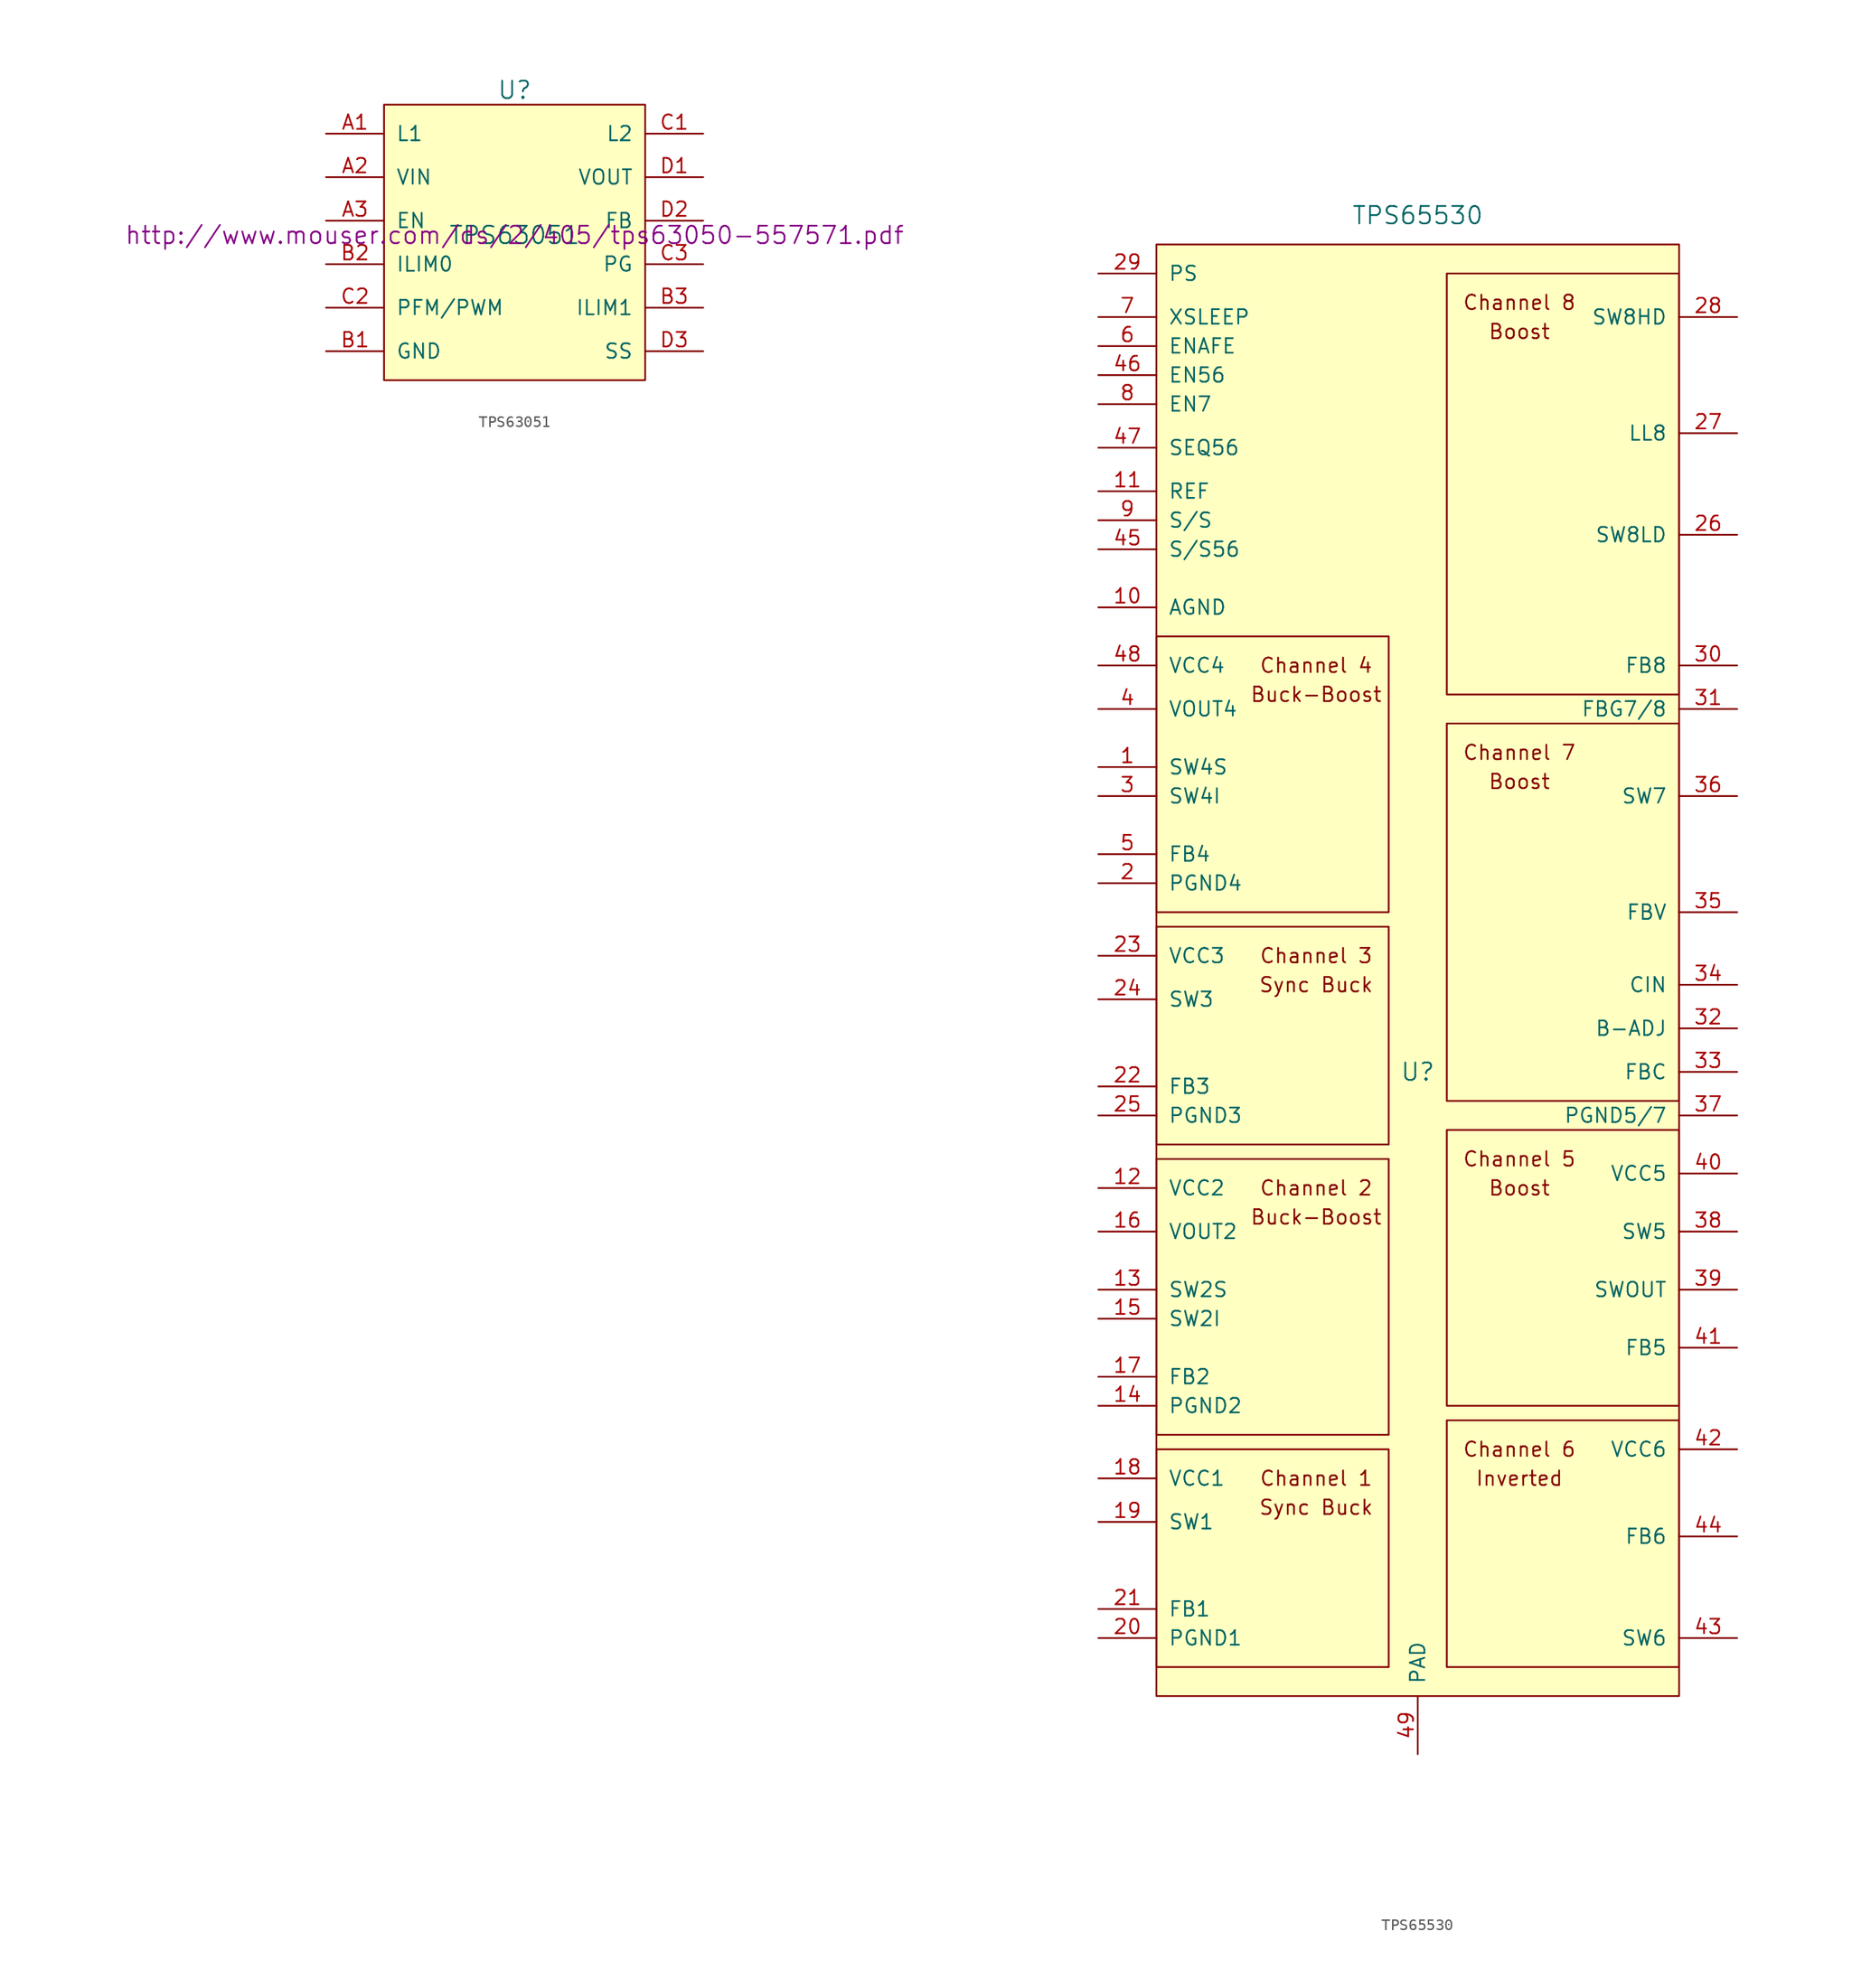
<source format=kicad_sym>
(kicad_symbol_lib
  (version 20231120)
  (generator "kicad_symbol_editor")
  (generator_version "8.0")
  (symbol "TPS63051"
    (pin_names
      (offset 1.016))
    (property "Reference" "U"
      (at 0 12.7 0)
      (effects (font (size 1.524 1.524))))
    (property "Value" "TPS63051"
      (at 0 0 0)
      (effects (font (size 1.524 1.524))))
    (property "Footprint" ""
      (at 0 0 0)
      (effects (font (size 1.524 1.524))))
    (property "Datasheet" "http://www.mouser.com/ds/2/405/tps63050-557571.pdf"
      (at 0 0 0)
      (effects (font (size 1.524 1.524))))
    (symbol "TPS63051_0_1"
      (rectangle (start 11.43 -12.7) (end -11.43 11.43) (stroke (width 0) (type default)) (fill (type background))))
    (symbol "TPS63051_1_1"
      (pin input line (at -16.51 8.89 0) (length 5.08) (name "L1" (effects (font (size 1.27 1.27)))) (number "A1" (effects (font (size 1.27 1.27)))))
      (pin input line (at -16.51 5.08 0) (length 5.08) (name "VIN" (effects (font (size 1.27 1.27)))) (number "A2" (effects (font (size 1.27 1.27)))))
      (pin input line (at -16.51 1.27 0) (length 5.08) (name "EN" (effects (font (size 1.27 1.27)))) (number "A3" (effects (font (size 1.27 1.27)))))
      (pin input line (at -16.51 -10.16 0) (length 5.08) (name "GND" (effects (font (size 1.27 1.27)))) (number "B1" (effects (font (size 1.27 1.27)))))
      (pin input line (at -16.51 -2.54 0) (length 5.08) (name "ILIM0" (effects (font (size 1.27 1.27)))) (number "B2" (effects (font (size 1.27 1.27)))))
      (pin input line (at 16.51 -6.35 180) (length 5.08) (name "ILIM1" (effects (font (size 1.27 1.27)))) (number "B3" (effects (font (size 1.27 1.27)))))
      (pin input line (at 16.51 8.89 180) (length 5.08) (name "L2" (effects (font (size 1.27 1.27)))) (number "C1" (effects (font (size 1.27 1.27)))))
      (pin input line (at -16.51 -6.35 0) (length 5.08) (name "PFM/PWM" (effects (font (size 1.27 1.27)))) (number "C2" (effects (font (size 1.27 1.27)))))
      (pin input line (at 16.51 -2.54 180) (length 5.08) (name "PG" (effects (font (size 1.27 1.27)))) (number "C3" (effects (font (size 1.27 1.27)))))
      (pin input line (at 16.51 5.08 180) (length 5.08) (name "VOUT" (effects (font (size 1.27 1.27)))) (number "D1" (effects (font (size 1.27 1.27)))))
      (pin input line (at 16.51 1.27 180) (length 5.08) (name "FB" (effects (font (size 1.27 1.27)))) (number "D2" (effects (font (size 1.27 1.27)))))
      (pin input line (at 16.51 -10.16 180) (length 5.08) (name "SS" (effects (font (size 1.27 1.27)))) (number "D3" (effects (font (size 1.27 1.27)))))))
  (symbol "TPS65530"
    (pin_names
      (offset 1.016))
    (property "Reference" "U"
      (at 0 -8.89 0)
      (effects (font (size 1.524 1.524))))
    (property "Value" "TPS65530"
      (at 0 66.04 0)
      (effects (font (size 1.524 1.524))))
    (property "Footprint" ""
      (at 0 0 0)
      (effects (font (size 1.524 1.524))))
    (property "Datasheet" ""
      (at 0 0 0)
      (effects (font (size 1.524 1.524))))
    (symbol "TPS65530_0_0"
      (rectangle (start -22.86 -60.96) (end -2.54 -41.91) (stroke (width 0) (type default)) (fill (type none)))
      (rectangle (start -22.86 -40.64) (end -2.54 -16.51) (stroke (width 0) (type default)) (fill (type none)))
      (rectangle (start -22.86 -15.24) (end -2.54 3.81) (stroke (width 0) (type default)) (fill (type none)))
      (rectangle (start -22.86 5.08) (end -2.54 29.21) (stroke (width 0) (type default)) (fill (type none)))
      (rectangle (start 22.86 -39.37) (end 2.54 -60.96) (stroke (width 0) (type default)) (fill (type none)))
      (rectangle (start 22.86 -13.97) (end 2.54 -38.1) (stroke (width 0) (type default)) (fill (type none)))
      (rectangle (start 22.86 21.59) (end 2.54 -11.43) (stroke (width 0) (type default)) (fill (type none)))
      (rectangle (start 22.86 60.96) (end 2.54 24.13) (stroke (width 0) (type default)) (fill (type none)))
      (text "Boost" (at 8.89 -19.05 0) (effects (font (size 1.27 1.27))))
      (text "Boost" (at 8.89 16.51 0) (effects (font (size 1.27 1.27))))
      (text "Boost" (at 8.89 55.88 0) (effects (font (size 1.27 1.27))))
      (text "Buck-Boost" (at -8.89 -21.59 0) (effects (font (size 1.27 1.27))))
      (text "Buck-Boost" (at -8.89 24.13 0) (effects (font (size 1.27 1.27))))
      (text "Channel 1" (at -8.89 -44.45 0) (effects (font (size 1.27 1.27))))
      (text "Channel 2" (at -8.89 -19.05 0) (effects (font (size 1.27 1.27))))
      (text "Channel 3" (at -8.89 1.27 0) (effects (font (size 1.27 1.27))))
      (text "Channel 4" (at -8.89 26.67 0) (effects (font (size 1.27 1.27))))
      (text "Channel 5" (at 8.89 -16.51 0) (effects (font (size 1.27 1.27))))
      (text "Channel 6" (at 8.89 -41.91 0) (effects (font (size 1.27 1.27))))
      (text "Channel 7" (at 8.89 19.05 0) (effects (font (size 1.27 1.27))))
      (text "Channel 8" (at 8.89 58.42 0) (effects (font (size 1.27 1.27))))
      (text "Inverted" (at 8.89 -44.45 0) (effects (font (size 1.27 1.27))))
      (text "Sync Buck" (at -8.89 -46.99 0) (effects (font (size 1.27 1.27))))
      (text "Sync Buck" (at -8.89 -1.27 0) (effects (font (size 1.27 1.27)))))
    (symbol "TPS65530_0_1"
      (rectangle (start 22.86 63.5) (end -22.86 -63.5) (stroke (width 0) (type default)) (fill (type background))))
    (symbol "TPS65530_1_1"
      (pin power_out line (at -27.94 17.78 0) (length 5.08) (name "SW4S" (effects (font (size 1.27 1.27)))) (number "1" (effects (font (size 1.27 1.27)))))
      (pin power_in line (at -27.94 31.75 0) (length 5.08) (name "AGND" (effects (font (size 1.27 1.27)))) (number "10" (effects (font (size 1.27 1.27)))))
      (pin power_out line (at -27.94 41.91 0) (length 5.08) (name "REF" (effects (font (size 1.27 1.27)))) (number "11" (effects (font (size 1.27 1.27)))))
      (pin power_in line (at -27.94 -19.05 0) (length 5.08) (name "VCC2" (effects (font (size 1.27 1.27)))) (number "12" (effects (font (size 1.27 1.27)))))
      (pin power_out line (at -27.94 -27.94 0) (length 5.08) (name "SW2S" (effects (font (size 1.27 1.27)))) (number "13" (effects (font (size 1.27 1.27)))))
      (pin power_in line (at -27.94 -38.1 0) (length 5.08) (name "PGND2" (effects (font (size 1.27 1.27)))) (number "14" (effects (font (size 1.27 1.27)))))
      (pin input line (at -27.94 -30.48 0) (length 5.08) (name "SW2I" (effects (font (size 1.27 1.27)))) (number "15" (effects (font (size 1.27 1.27)))))
      (pin power_out line (at -27.94 -22.86 0) (length 5.08) (name "VOUT2" (effects (font (size 1.27 1.27)))) (number "16" (effects (font (size 1.27 1.27)))))
      (pin input line (at -27.94 -35.56 0) (length 5.08) (name "FB2" (effects (font (size 1.27 1.27)))) (number "17" (effects (font (size 1.27 1.27)))))
      (pin power_in line (at -27.94 -44.45 0) (length 5.08) (name "VCC1" (effects (font (size 1.27 1.27)))) (number "18" (effects (font (size 1.27 1.27)))))
      (pin power_out line (at -27.94 -48.26 0) (length 5.08) (name "SW1" (effects (font (size 1.27 1.27)))) (number "19" (effects (font (size 1.27 1.27)))))
      (pin power_in line (at -27.94 7.62 0) (length 5.08) (name "PGND4" (effects (font (size 1.27 1.27)))) (number "2" (effects (font (size 1.27 1.27)))))
      (pin power_in line (at -27.94 -58.42 0) (length 5.08) (name "PGND1" (effects (font (size 1.27 1.27)))) (number "20" (effects (font (size 1.27 1.27)))))
      (pin input line (at -27.94 -55.88 0) (length 5.08) (name "FB1" (effects (font (size 1.27 1.27)))) (number "21" (effects (font (size 1.27 1.27)))))
      (pin input line (at -27.94 -10.16 0) (length 5.08) (name "FB3" (effects (font (size 1.27 1.27)))) (number "22" (effects (font (size 1.27 1.27)))))
      (pin power_in line (at -27.94 1.27 0) (length 5.08) (name "VCC3" (effects (font (size 1.27 1.27)))) (number "23" (effects (font (size 1.27 1.27)))))
      (pin power_out line (at -27.94 -2.54 0) (length 5.08) (name "SW3" (effects (font (size 1.27 1.27)))) (number "24" (effects (font (size 1.27 1.27)))))
      (pin power_in line (at -27.94 -12.7 0) (length 5.08) (name "PGND3" (effects (font (size 1.27 1.27)))) (number "25" (effects (font (size 1.27 1.27)))))
      (pin power_out line (at 27.94 38.1 180) (length 5.08) (name "SW8LD" (effects (font (size 1.27 1.27)))) (number "26" (effects (font (size 1.27 1.27)))))
      (pin output line (at 27.94 46.99 180) (length 5.08) (name "LL8" (effects (font (size 1.27 1.27)))) (number "27" (effects (font (size 1.27 1.27)))))
      (pin power_out line (at 27.94 57.15 180) (length 5.08) (name "SW8HD" (effects (font (size 1.27 1.27)))) (number "28" (effects (font (size 1.27 1.27)))))
      (pin input line (at -27.94 60.96 0) (length 5.08) (name "PS" (effects (font (size 1.27 1.27)))) (number "29" (effects (font (size 1.27 1.27)))))
      (pin input line (at -27.94 15.24 0) (length 5.08) (name "SW4I" (effects (font (size 1.27 1.27)))) (number "3" (effects (font (size 1.27 1.27)))))
      (pin input line (at 27.94 26.67 180) (length 5.08) (name "FB8" (effects (font (size 1.27 1.27)))) (number "30" (effects (font (size 1.27 1.27)))))
      (pin input line (at 27.94 22.86 180) (length 5.08) (name "FBG7/8" (effects (font (size 1.27 1.27)))) (number "31" (effects (font (size 1.27 1.27)))))
      (pin input line (at 27.94 -5.08 180) (length 5.08) (name "B-ADJ" (effects (font (size 1.27 1.27)))) (number "32" (effects (font (size 1.27 1.27)))))
      (pin input line (at 27.94 -8.89 180) (length 5.08) (name "FBC" (effects (font (size 1.27 1.27)))) (number "33" (effects (font (size 1.27 1.27)))))
      (pin output line (at 27.94 -1.27 180) (length 5.08) (name "CIN" (effects (font (size 1.27 1.27)))) (number "34" (effects (font (size 1.27 1.27)))))
      (pin input line (at 27.94 5.08 180) (length 5.08) (name "FBV" (effects (font (size 1.27 1.27)))) (number "35" (effects (font (size 1.27 1.27)))))
      (pin power_out line (at 27.94 15.24 180) (length 5.08) (name "SW7" (effects (font (size 1.27 1.27)))) (number "36" (effects (font (size 1.27 1.27)))))
      (pin power_in line (at 27.94 -12.7 180) (length 5.08) (name "PGND5/7" (effects (font (size 1.27 1.27)))) (number "37" (effects (font (size 1.27 1.27)))))
      (pin power_out line (at 27.94 -22.86 180) (length 5.08) (name "SW5" (effects (font (size 1.27 1.27)))) (number "38" (effects (font (size 1.27 1.27)))))
      (pin power_out line (at 27.94 -27.94 180) (length 5.08) (name "SWOUT" (effects (font (size 1.27 1.27)))) (number "39" (effects (font (size 1.27 1.27)))))
      (pin power_out line (at -27.94 22.86 0) (length 5.08) (name "VOUT4" (effects (font (size 1.27 1.27)))) (number "4" (effects (font (size 1.27 1.27)))))
      (pin power_in line (at 27.94 -17.78 180) (length 5.08) (name "VCC5" (effects (font (size 1.27 1.27)))) (number "40" (effects (font (size 1.27 1.27)))))
      (pin input line (at 27.94 -33.02 180) (length 5.08) (name "FB5" (effects (font (size 1.27 1.27)))) (number "41" (effects (font (size 1.27 1.27)))))
      (pin power_in line (at 27.94 -41.91 180) (length 5.08) (name "VCC6" (effects (font (size 1.27 1.27)))) (number "42" (effects (font (size 1.27 1.27)))))
      (pin power_out line (at 27.94 -58.42 180) (length 5.08) (name "SW6" (effects (font (size 1.27 1.27)))) (number "43" (effects (font (size 1.27 1.27)))))
      (pin input line (at 27.94 -49.53 180) (length 5.08) (name "FB6" (effects (font (size 1.27 1.27)))) (number "44" (effects (font (size 1.27 1.27)))))
      (pin bidirectional line (at -27.94 36.83 0) (length 5.08) (name "S/S56" (effects (font (size 1.27 1.27)))) (number "45" (effects (font (size 1.27 1.27)))))
      (pin input line (at -27.94 52.07 0) (length 5.08) (name "EN56" (effects (font (size 1.27 1.27)))) (number "46" (effects (font (size 1.27 1.27)))))
      (pin input line (at -27.94 45.72 0) (length 5.08) (name "SEQ56" (effects (font (size 1.27 1.27)))) (number "47" (effects (font (size 1.27 1.27)))))
      (pin power_in line (at -27.94 26.67 0) (length 5.08) (name "VCC4" (effects (font (size 1.27 1.27)))) (number "48" (effects (font (size 1.27 1.27)))))
      (pin power_in line (at 0 -68.58 90) (length 5.08) (name "PAD" (effects (font (size 1.27 1.27)))) (number "49" (effects (font (size 1.27 1.27)))))
      (pin input line (at -27.94 10.16 0) (length 5.08) (name "FB4" (effects (font (size 1.27 1.27)))) (number "5" (effects (font (size 1.27 1.27)))))
      (pin input line (at -27.94 54.61 0) (length 5.08) (name "ENAFE" (effects (font (size 1.27 1.27)))) (number "6" (effects (font (size 1.27 1.27)))))
      (pin input line (at -27.94 57.15 0) (length 5.08) (name "XSLEEP" (effects (font (size 1.27 1.27)))) (number "7" (effects (font (size 1.27 1.27)))))
      (pin input line (at -27.94 49.53 0) (length 5.08) (name "EN7" (effects (font (size 1.27 1.27)))) (number "8" (effects (font (size 1.27 1.27)))))
      (pin bidirectional line (at -27.94 39.37 0) (length 5.08) (name "S/S" (effects (font (size 1.27 1.27)))) (number "9" (effects (font (size 1.27 1.27))))))))
</source>
